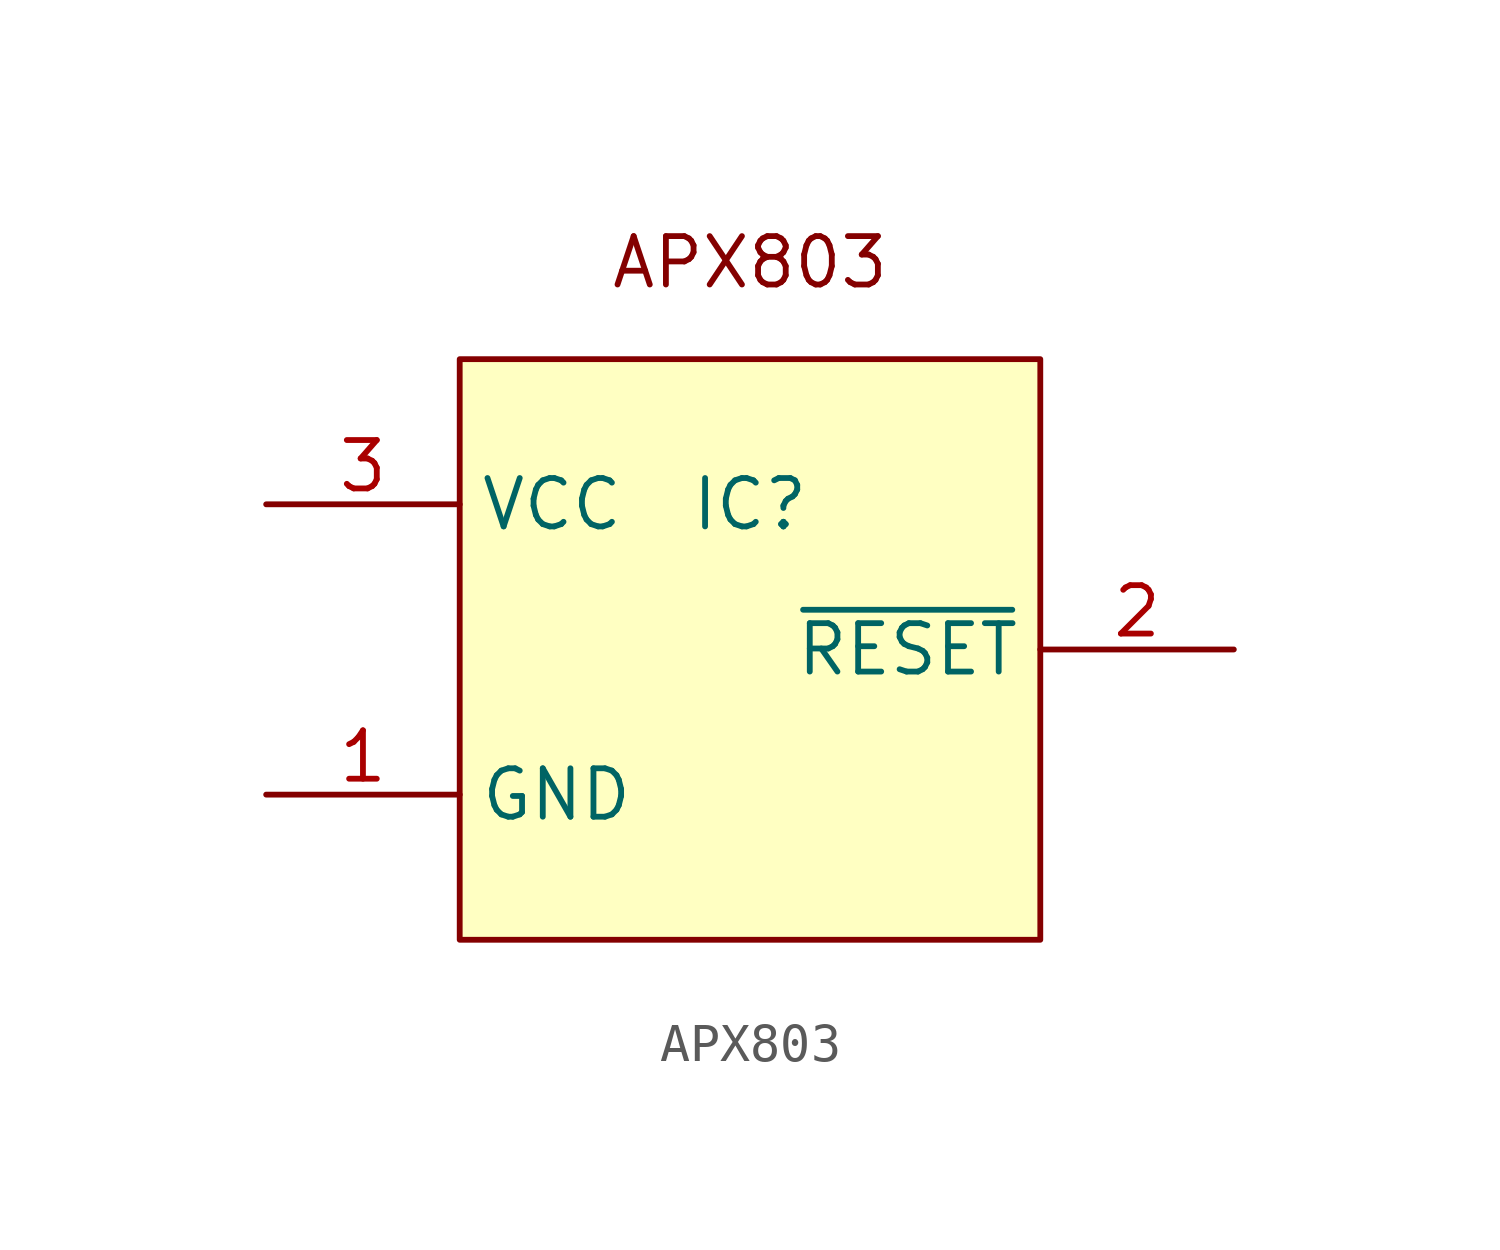
<source format=kicad_sym>
(kicad_symbol_lib
  (version 20220914)
  (generator kicad_symbol_editor)
  (symbol "APX803"
    (property "Reference" "IC"
      (at 0 3.81 0)
      (effects (font (size 1.27 1.27))))
    (property "Value" ""
      (at 0 0 0)
      (effects (font (size 1.27 1.27))))
    (symbol "APX803_0_1"
      (rectangle (start -7.62 7.62) (end 7.62 -7.62) (stroke (width 0) (type default)) (fill (type none))))
    (symbol "APX803_1_1"
      (rectangle (start -7.62 7.62) (end 7.62 -7.62) (stroke (width -0.0001) (type default)) (fill (type background)))
      (text "APX803\n" (at 0 10.16 0) (effects (font (size 1.27 1.27))))
      (pin passive line (at -12.7 -3.81 0) (length 5.08) (name "GND" (effects (font (size 1.27 1.27)))) (number "1" (effects (font (size 1.27 1.27)))))
      (pin open_collector line (at 12.7 0 180) (length 5.08) (name "~{RESET}" (effects (font (size 1.27 1.27)))) (number "2" (effects (font (size 1.27 1.27)))))
      (pin passive line (at -12.7 3.81 0) (length 5.08) (name "VCC" (effects (font (size 1.27 1.27)))) (number "3" (effects (font (size 1.27 1.27))))))))
</source>
